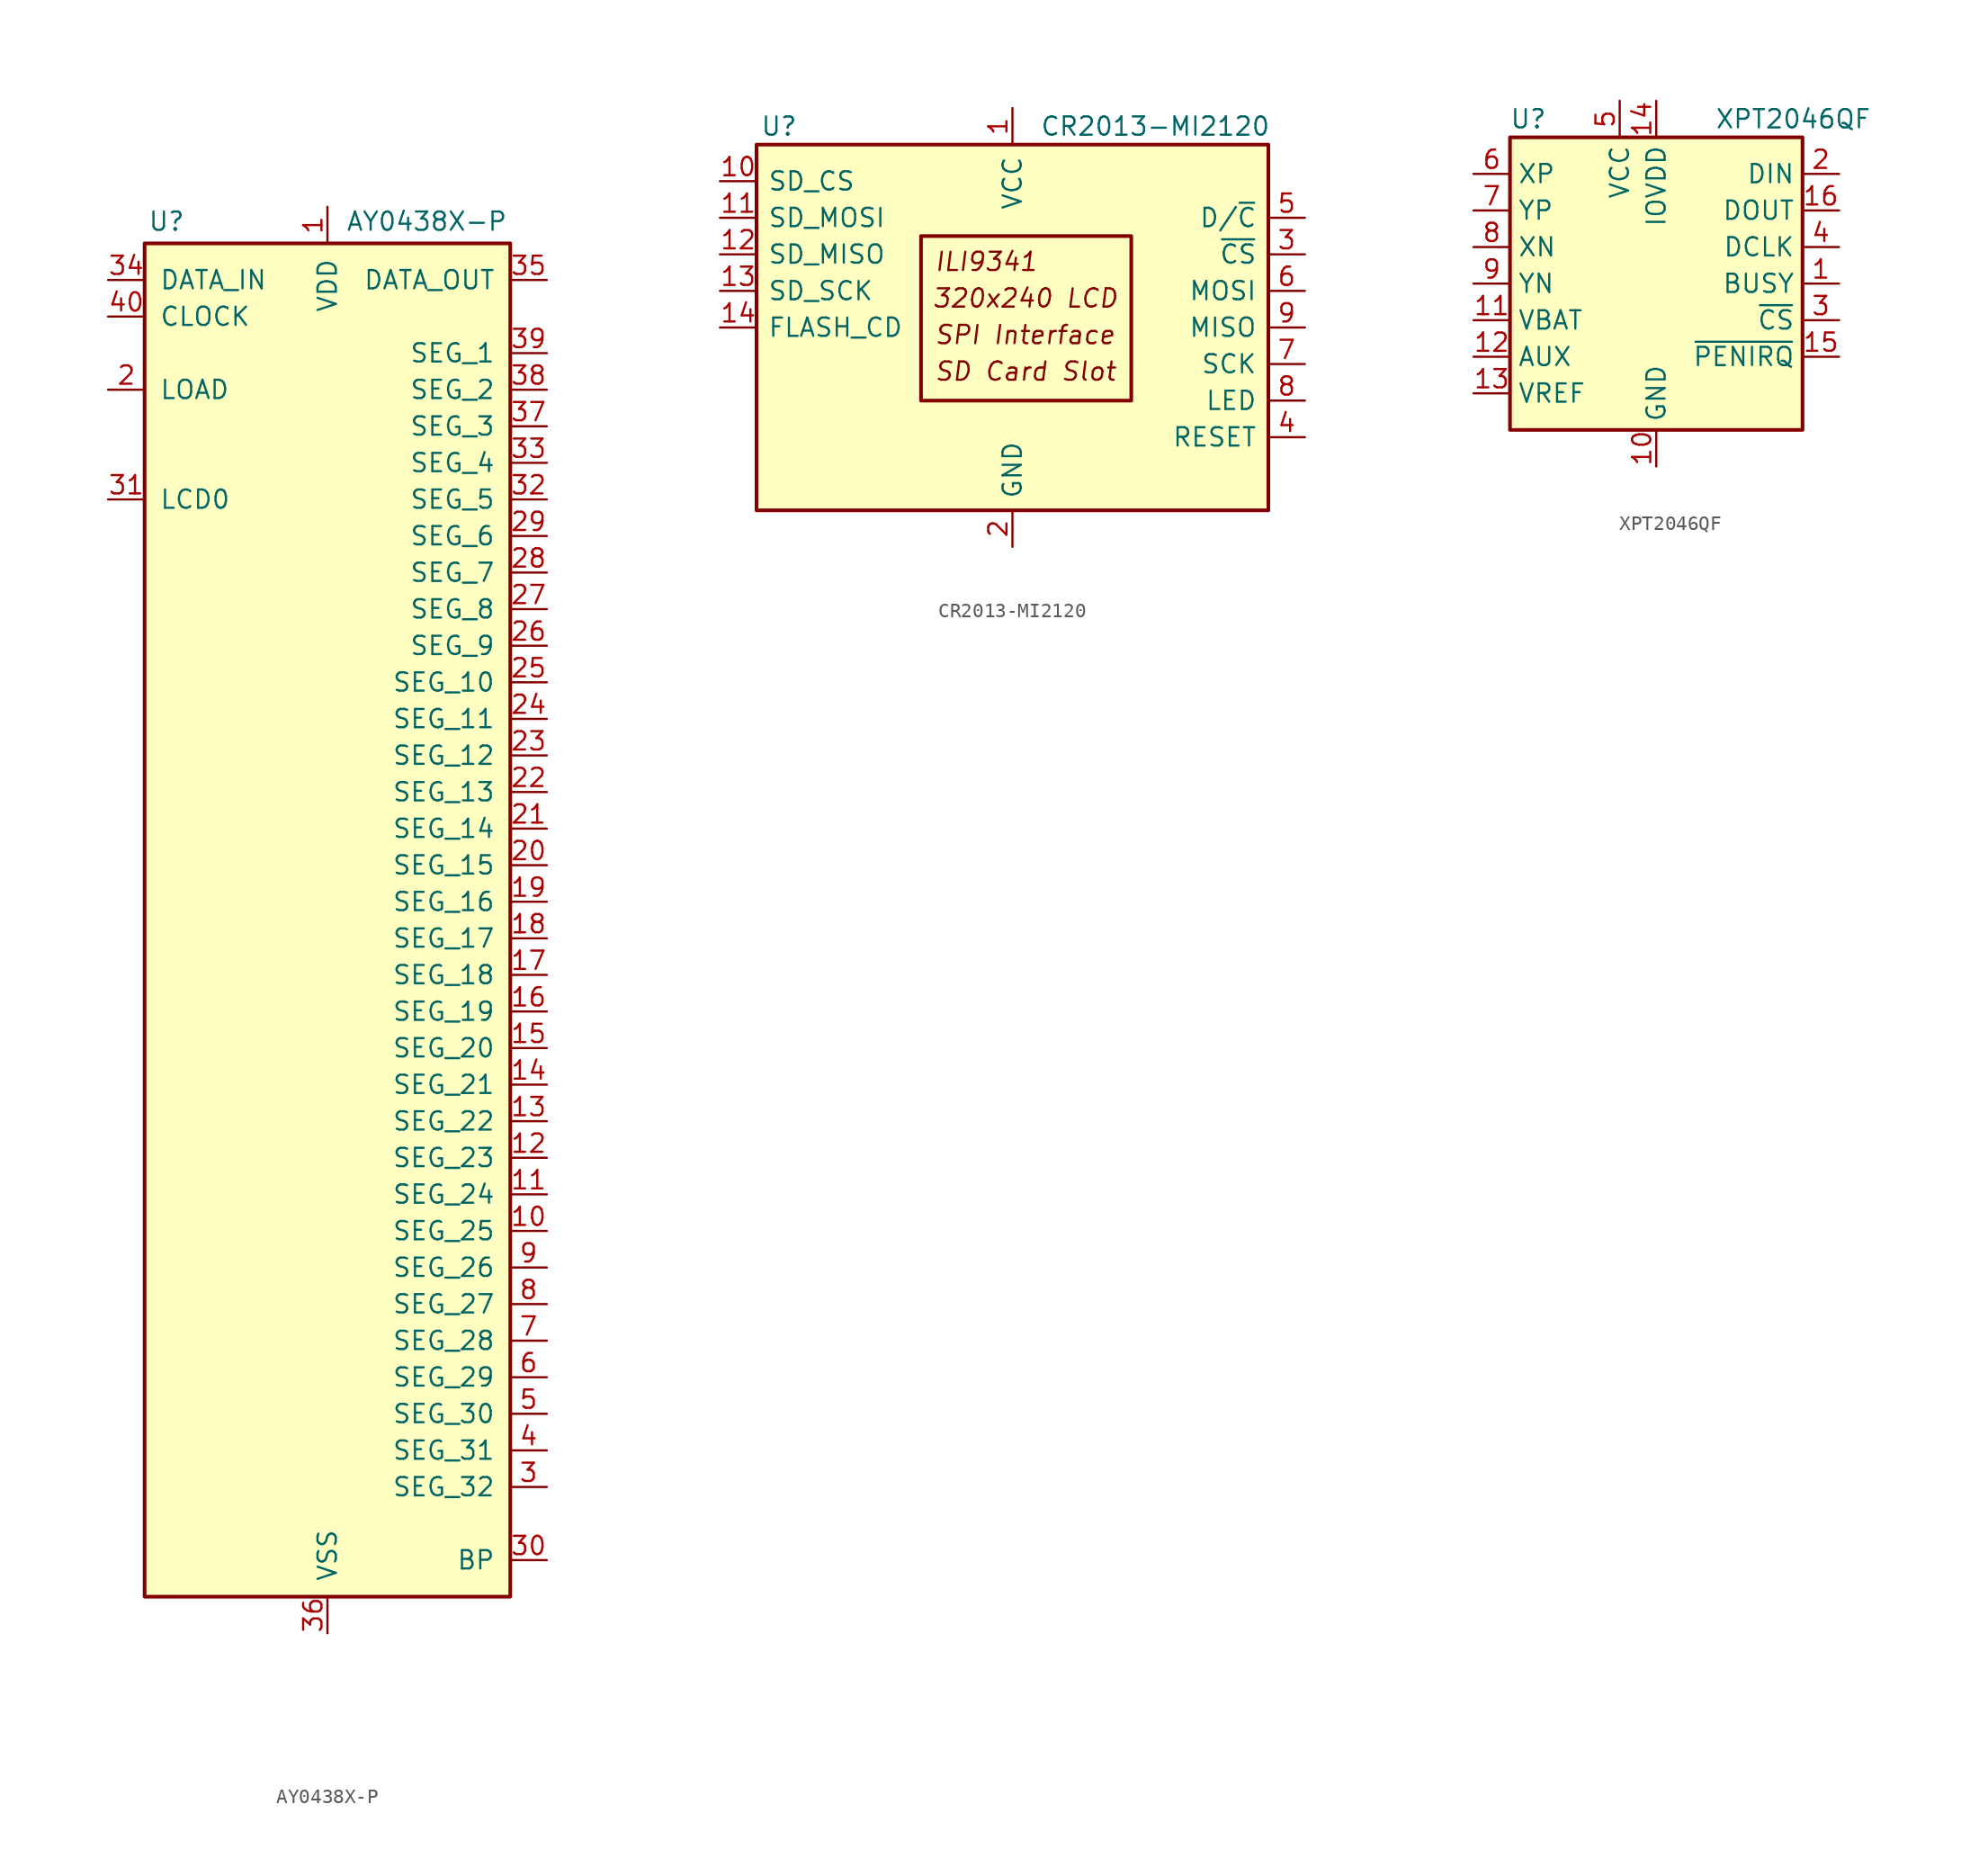
<source format=kicad_sym>
(kicad_symbol_lib
  (version 20241209)
  (generator "kicad_symbol_editor")
  (generator_version "9.0")
  (symbol "AY0438X-P"
    (pin_names
      (offset 1.016))
    (property "Reference" "U"
      (at -11.176 47.244 0)
      (effects (font (size 1.27 1.27))))
    (property "Value" "AY0438X-P"
      (at 1.27 47.244 0)
      (effects (font (size 1.27 1.27)) (justify left)))
    (symbol "AY0438X-P_0_1"
      (rectangle (start -12.7 45.72) (end 12.7 -48.26) (stroke (width 0.254) (type default)) (fill (type background))))
    (symbol "AY0438X-P_1_1"
      (pin input line (at -15.24 43.18 0) (length 2.54) (name "DATA_IN" (effects (font (size 1.27 1.27)))) (number "34" (effects (font (size 1.27 1.27)))))
      (pin input line (at -15.24 40.64 0) (length 2.54) (name "CLOCK" (effects (font (size 1.27 1.27)))) (number "40" (effects (font (size 1.27 1.27)))))
      (pin input line (at -15.24 35.56 0) (length 2.54) (name "LOAD" (effects (font (size 1.27 1.27)))) (number "2" (effects (font (size 1.27 1.27)))))
      (pin input line (at -15.24 27.94 0) (length 2.54) (name "LCD0" (effects (font (size 1.27 1.27)))) (number "31" (effects (font (size 1.27 1.27)))))
      (pin power_in line (at 0 48.26 270) (length 2.54) (name "VDD" (effects (font (size 1.27 1.27)))) (number "1" (effects (font (size 1.27 1.27)))))
      (pin power_in line (at 0 -50.8 90) (length 2.54) (name "VSS" (effects (font (size 1.27 1.27)))) (number "36" (effects (font (size 1.27 1.27)))))
      (pin output line (at 15.24 43.18 180) (length 2.54) (name "DATA_OUT" (effects (font (size 1.27 1.27)))) (number "35" (effects (font (size 1.27 1.27)))))
      (pin output line (at 15.24 38.1 180) (length 2.54) (name "SEG_1" (effects (font (size 1.27 1.27)))) (number "39" (effects (font (size 1.27 1.27)))))
      (pin output line (at 15.24 35.56 180) (length 2.54) (name "SEG_2" (effects (font (size 1.27 1.27)))) (number "38" (effects (font (size 1.27 1.27)))))
      (pin output line (at 15.24 33.02 180) (length 2.54) (name "SEG_3" (effects (font (size 1.27 1.27)))) (number "37" (effects (font (size 1.27 1.27)))))
      (pin output line (at 15.24 30.48 180) (length 2.54) (name "SEG_4" (effects (font (size 1.27 1.27)))) (number "33" (effects (font (size 1.27 1.27)))))
      (pin output line (at 15.24 27.94 180) (length 2.54) (name "SEG_5" (effects (font (size 1.27 1.27)))) (number "32" (effects (font (size 1.27 1.27)))))
      (pin output line (at 15.24 25.4 180) (length 2.54) (name "SEG_6" (effects (font (size 1.27 1.27)))) (number "29" (effects (font (size 1.27 1.27)))))
      (pin output line (at 15.24 22.86 180) (length 2.54) (name "SEG_7" (effects (font (size 1.27 1.27)))) (number "28" (effects (font (size 1.27 1.27)))))
      (pin output line (at 15.24 20.32 180) (length 2.54) (name "SEG_8" (effects (font (size 1.27 1.27)))) (number "27" (effects (font (size 1.27 1.27)))))
      (pin output line (at 15.24 17.78 180) (length 2.54) (name "SEG_9" (effects (font (size 1.27 1.27)))) (number "26" (effects (font (size 1.27 1.27)))))
      (pin output line (at 15.24 15.24 180) (length 2.54) (name "SEG_10" (effects (font (size 1.27 1.27)))) (number "25" (effects (font (size 1.27 1.27)))))
      (pin output line (at 15.24 12.7 180) (length 2.54) (name "SEG_11" (effects (font (size 1.27 1.27)))) (number "24" (effects (font (size 1.27 1.27)))))
      (pin output line (at 15.24 10.16 180) (length 2.54) (name "SEG_12" (effects (font (size 1.27 1.27)))) (number "23" (effects (font (size 1.27 1.27)))))
      (pin output line (at 15.24 7.62 180) (length 2.54) (name "SEG_13" (effects (font (size 1.27 1.27)))) (number "22" (effects (font (size 1.27 1.27)))))
      (pin output line (at 15.24 5.08 180) (length 2.54) (name "SEG_14" (effects (font (size 1.27 1.27)))) (number "21" (effects (font (size 1.27 1.27)))))
      (pin output line (at 15.24 2.54 180) (length 2.54) (name "SEG_15" (effects (font (size 1.27 1.27)))) (number "20" (effects (font (size 1.27 1.27)))))
      (pin output line (at 15.24 0 180) (length 2.54) (name "SEG_16" (effects (font (size 1.27 1.27)))) (number "19" (effects (font (size 1.27 1.27)))))
      (pin output line (at 15.24 -2.54 180) (length 2.54) (name "SEG_17" (effects (font (size 1.27 1.27)))) (number "18" (effects (font (size 1.27 1.27)))))
      (pin output line (at 15.24 -5.08 180) (length 2.54) (name "SEG_18" (effects (font (size 1.27 1.27)))) (number "17" (effects (font (size 1.27 1.27)))))
      (pin output line (at 15.24 -7.62 180) (length 2.54) (name "SEG_19" (effects (font (size 1.27 1.27)))) (number "16" (effects (font (size 1.27 1.27)))))
      (pin output line (at 15.24 -10.16 180) (length 2.54) (name "SEG_20" (effects (font (size 1.27 1.27)))) (number "15" (effects (font (size 1.27 1.27)))))
      (pin output line (at 15.24 -12.7 180) (length 2.54) (name "SEG_21" (effects (font (size 1.27 1.27)))) (number "14" (effects (font (size 1.27 1.27)))))
      (pin output line (at 15.24 -15.24 180) (length 2.54) (name "SEG_22" (effects (font (size 1.27 1.27)))) (number "13" (effects (font (size 1.27 1.27)))))
      (pin output line (at 15.24 -17.78 180) (length 2.54) (name "SEG_23" (effects (font (size 1.27 1.27)))) (number "12" (effects (font (size 1.27 1.27)))))
      (pin output line (at 15.24 -20.32 180) (length 2.54) (name "SEG_24" (effects (font (size 1.27 1.27)))) (number "11" (effects (font (size 1.27 1.27)))))
      (pin output line (at 15.24 -22.86 180) (length 2.54) (name "SEG_25" (effects (font (size 1.27 1.27)))) (number "10" (effects (font (size 1.27 1.27)))))
      (pin output line (at 15.24 -25.4 180) (length 2.54) (name "SEG_26" (effects (font (size 1.27 1.27)))) (number "9" (effects (font (size 1.27 1.27)))))
      (pin output line (at 15.24 -27.94 180) (length 2.54) (name "SEG_27" (effects (font (size 1.27 1.27)))) (number "8" (effects (font (size 1.27 1.27)))))
      (pin output line (at 15.24 -30.48 180) (length 2.54) (name "SEG_28" (effects (font (size 1.27 1.27)))) (number "7" (effects (font (size 1.27 1.27)))))
      (pin output line (at 15.24 -33.02 180) (length 2.54) (name "SEG_29" (effects (font (size 1.27 1.27)))) (number "6" (effects (font (size 1.27 1.27)))))
      (pin output line (at 15.24 -35.56 180) (length 2.54) (name "SEG_30" (effects (font (size 1.27 1.27)))) (number "5" (effects (font (size 1.27 1.27)))))
      (pin output line (at 15.24 -38.1 180) (length 2.54) (name "SEG_31" (effects (font (size 1.27 1.27)))) (number "4" (effects (font (size 1.27 1.27)))))
      (pin output line (at 15.24 -40.64 180) (length 2.54) (name "SEG_32" (effects (font (size 1.27 1.27)))) (number "3" (effects (font (size 1.27 1.27)))))
      (pin output line (at 15.24 -45.72 180) (length 2.54) (name "BP" (effects (font (size 1.27 1.27)))) (number "30" (effects (font (size 1.27 1.27)))))))
  (symbol "CR2013-MI2120"
    (pin_names
      (offset 0.762))
    (property "Reference" "U"
      (at -17.526 13.97 0)
      (effects (font (size 1.27 1.27)) (justify left)))
    (property "Value" "CR2013-MI2120"
      (at 1.905 13.97 0)
      (effects (font (size 1.27 1.27)) (justify left)))
    (symbol "CR2013-MI2120_0_0"
      (text "ILI9341" (at -5.461 4.572 0) (effects (font (size 1.27 1.27) (italic yes)) (justify left)))
      (text "SPI Interface" (at -5.461 -0.508 0) (effects (font (size 1.27 1.27) (italic yes)) (justify left)))
      (text "SD Card Slot" (at -5.461 -3.048 0) (effects (font (size 1.27 1.27) (italic yes)) (justify left)))
      (text "320x240 LCD" (at 0.889 2.032 0) (effects (font (size 1.27 1.27) (italic yes)))))
    (symbol "CR2013-MI2120_0_1"
      (rectangle (start -17.78 12.7) (end 17.78 -12.7) (stroke (width 0.254) (type default)) (fill (type background)))
      (rectangle (start -6.35 6.35) (end 8.255 -5.08) (stroke (width 0.254) (type default)) (fill (type none))))
    (symbol "CR2013-MI2120_1_1"
      (pin input line (at -20.32 10.16 0) (length 2.54) (name "SD_CS" (effects (font (size 1.27 1.27)))) (number "10" (effects (font (size 1.27 1.27)))))
      (pin input line (at -20.32 7.62 0) (length 2.54) (name "SD_MOSI" (effects (font (size 1.27 1.27)))) (number "11" (effects (font (size 1.27 1.27)))))
      (pin output line (at -20.32 5.08 0) (length 2.54) (name "SD_MISO" (effects (font (size 1.27 1.27)))) (number "12" (effects (font (size 1.27 1.27)))))
      (pin input line (at -20.32 2.54 0) (length 2.54) (name "SD_SCK" (effects (font (size 1.27 1.27)))) (number "13" (effects (font (size 1.27 1.27)))))
      (pin input line (at -20.32 0 0) (length 2.54) (name "FLASH_CD" (effects (font (size 1.27 1.27)))) (number "14" (effects (font (size 1.27 1.27)))))
      (pin power_in line (at 0 15.24 270) (length 2.54) (name "VCC" (effects (font (size 1.27 1.27)))) (number "1" (effects (font (size 1.27 1.27)))))
      (pin power_in line (at 0 -15.24 90) (length 2.54) (name "GND" (effects (font (size 1.27 1.27)))) (number "2" (effects (font (size 1.27 1.27)))))
      (pin input line (at 20.32 7.62 180) (length 2.54) (name "D/~{C}" (effects (font (size 1.27 1.27)))) (number "5" (effects (font (size 1.27 1.27)))))
      (pin input line (at 20.32 5.08 180) (length 2.54) (name "~{CS}" (effects (font (size 1.27 1.27)))) (number "3" (effects (font (size 1.27 1.27)))))
      (pin input line (at 20.32 2.54 180) (length 2.54) (name "MOSI" (effects (font (size 1.27 1.27)))) (number "6" (effects (font (size 1.27 1.27)))))
      (pin output line (at 20.32 0 180) (length 2.54) (name "MISO" (effects (font (size 1.27 1.27)))) (number "9" (effects (font (size 1.27 1.27)))))
      (pin input line (at 20.32 -2.54 180) (length 2.54) (name "SCK" (effects (font (size 1.27 1.27)))) (number "7" (effects (font (size 1.27 1.27)))))
      (pin input line (at 20.32 -5.08 180) (length 2.54) (name "LED" (effects (font (size 1.27 1.27)))) (number "8" (effects (font (size 1.27 1.27)))))
      (pin input line (at 20.32 -7.62 180) (length 2.54) (name "RESET" (effects (font (size 1.27 1.27)))) (number "4" (effects (font (size 1.27 1.27)))))))
  (symbol "XPT2046QF"
    (property "Reference" "U"
      (at -8.89 11.43 0)
      (effects (font (size 1.27 1.27))))
    (property "Value" "XPT2046QF"
      (at 4.064 11.43 0)
      (effects (font (size 1.27 1.27)) (justify left)))
    (symbol "XPT2046QF_0_1"
      (rectangle (start -10.16 10.16) (end 10.16 -10.16) (stroke (width 0.254) (type default)) (fill (type background))))
    (symbol "XPT2046QF_1_1"
      (pin input line (at -12.7 7.62 0) (length 2.54) (name "XP" (effects (font (size 1.27 1.27)))) (number "6" (effects (font (size 1.27 1.27)))))
      (pin input line (at -12.7 5.08 0) (length 2.54) (name "YP" (effects (font (size 1.27 1.27)))) (number "7" (effects (font (size 1.27 1.27)))))
      (pin input line (at -12.7 2.54 0) (length 2.54) (name "XN" (effects (font (size 1.27 1.27)))) (number "8" (effects (font (size 1.27 1.27)))))
      (pin input line (at -12.7 0 0) (length 2.54) (name "YN" (effects (font (size 1.27 1.27)))) (number "9" (effects (font (size 1.27 1.27)))))
      (pin power_in line (at -12.7 -2.54 0) (length 2.54) (name "VBAT" (effects (font (size 1.27 1.27)))) (number "11" (effects (font (size 1.27 1.27)))))
      (pin input line (at -12.7 -5.08 0) (length 2.54) (name "AUX" (effects (font (size 1.27 1.27)))) (number "12" (effects (font (size 1.27 1.27)))))
      (pin bidirectional line (at -12.7 -7.62 0) (length 2.54) (name "VREF" (effects (font (size 1.27 1.27)))) (number "13" (effects (font (size 1.27 1.27)))))
      (pin power_in line (at -2.54 12.7 270) (length 2.54) (name "VCC" (effects (font (size 1.27 1.27)))) (number "5" (effects (font (size 1.27 1.27)))))
      (pin power_in line (at 0 12.7 270) (length 2.54) (name "IOVDD" (effects (font (size 1.27 1.27)))) (number "14" (effects (font (size 1.27 1.27)))))
      (pin power_in line (at 0 -12.7 90) (length 2.54) (name "GND" (effects (font (size 1.27 1.27)))) (number "10" (effects (font (size 1.27 1.27)))))
      (pin no_connect line (at 10.16 -7.62 180) (length 2.54) (hide yes) (name "NC" (effects (font (size 1.27 1.27)))) (number "17" (effects (font (size 1.27 1.27)))))
      (pin input line (at 12.7 7.62 180) (length 2.54) (name "DIN" (effects (font (size 1.27 1.27)))) (number "2" (effects (font (size 1.27 1.27)))))
      (pin output line (at 12.7 5.08 180) (length 2.54) (name "DOUT" (effects (font (size 1.27 1.27)))) (number "16" (effects (font (size 1.27 1.27)))))
      (pin input line (at 12.7 2.54 180) (length 2.54) (name "DCLK" (effects (font (size 1.27 1.27)))) (number "4" (effects (font (size 1.27 1.27)))))
      (pin output line (at 12.7 0 180) (length 2.54) (name "BUSY" (effects (font (size 1.27 1.27)))) (number "1" (effects (font (size 1.27 1.27)))))
      (pin input line (at 12.7 -2.54 180) (length 2.54) (name "~{CS}" (effects (font (size 1.27 1.27)))) (number "3" (effects (font (size 1.27 1.27)))))
      (pin open_collector line (at 12.7 -5.08 180) (length 2.54) (name "~{PENIRQ}" (effects (font (size 1.27 1.27)))) (number "15" (effects (font (size 1.27 1.27))))))))
</source>
